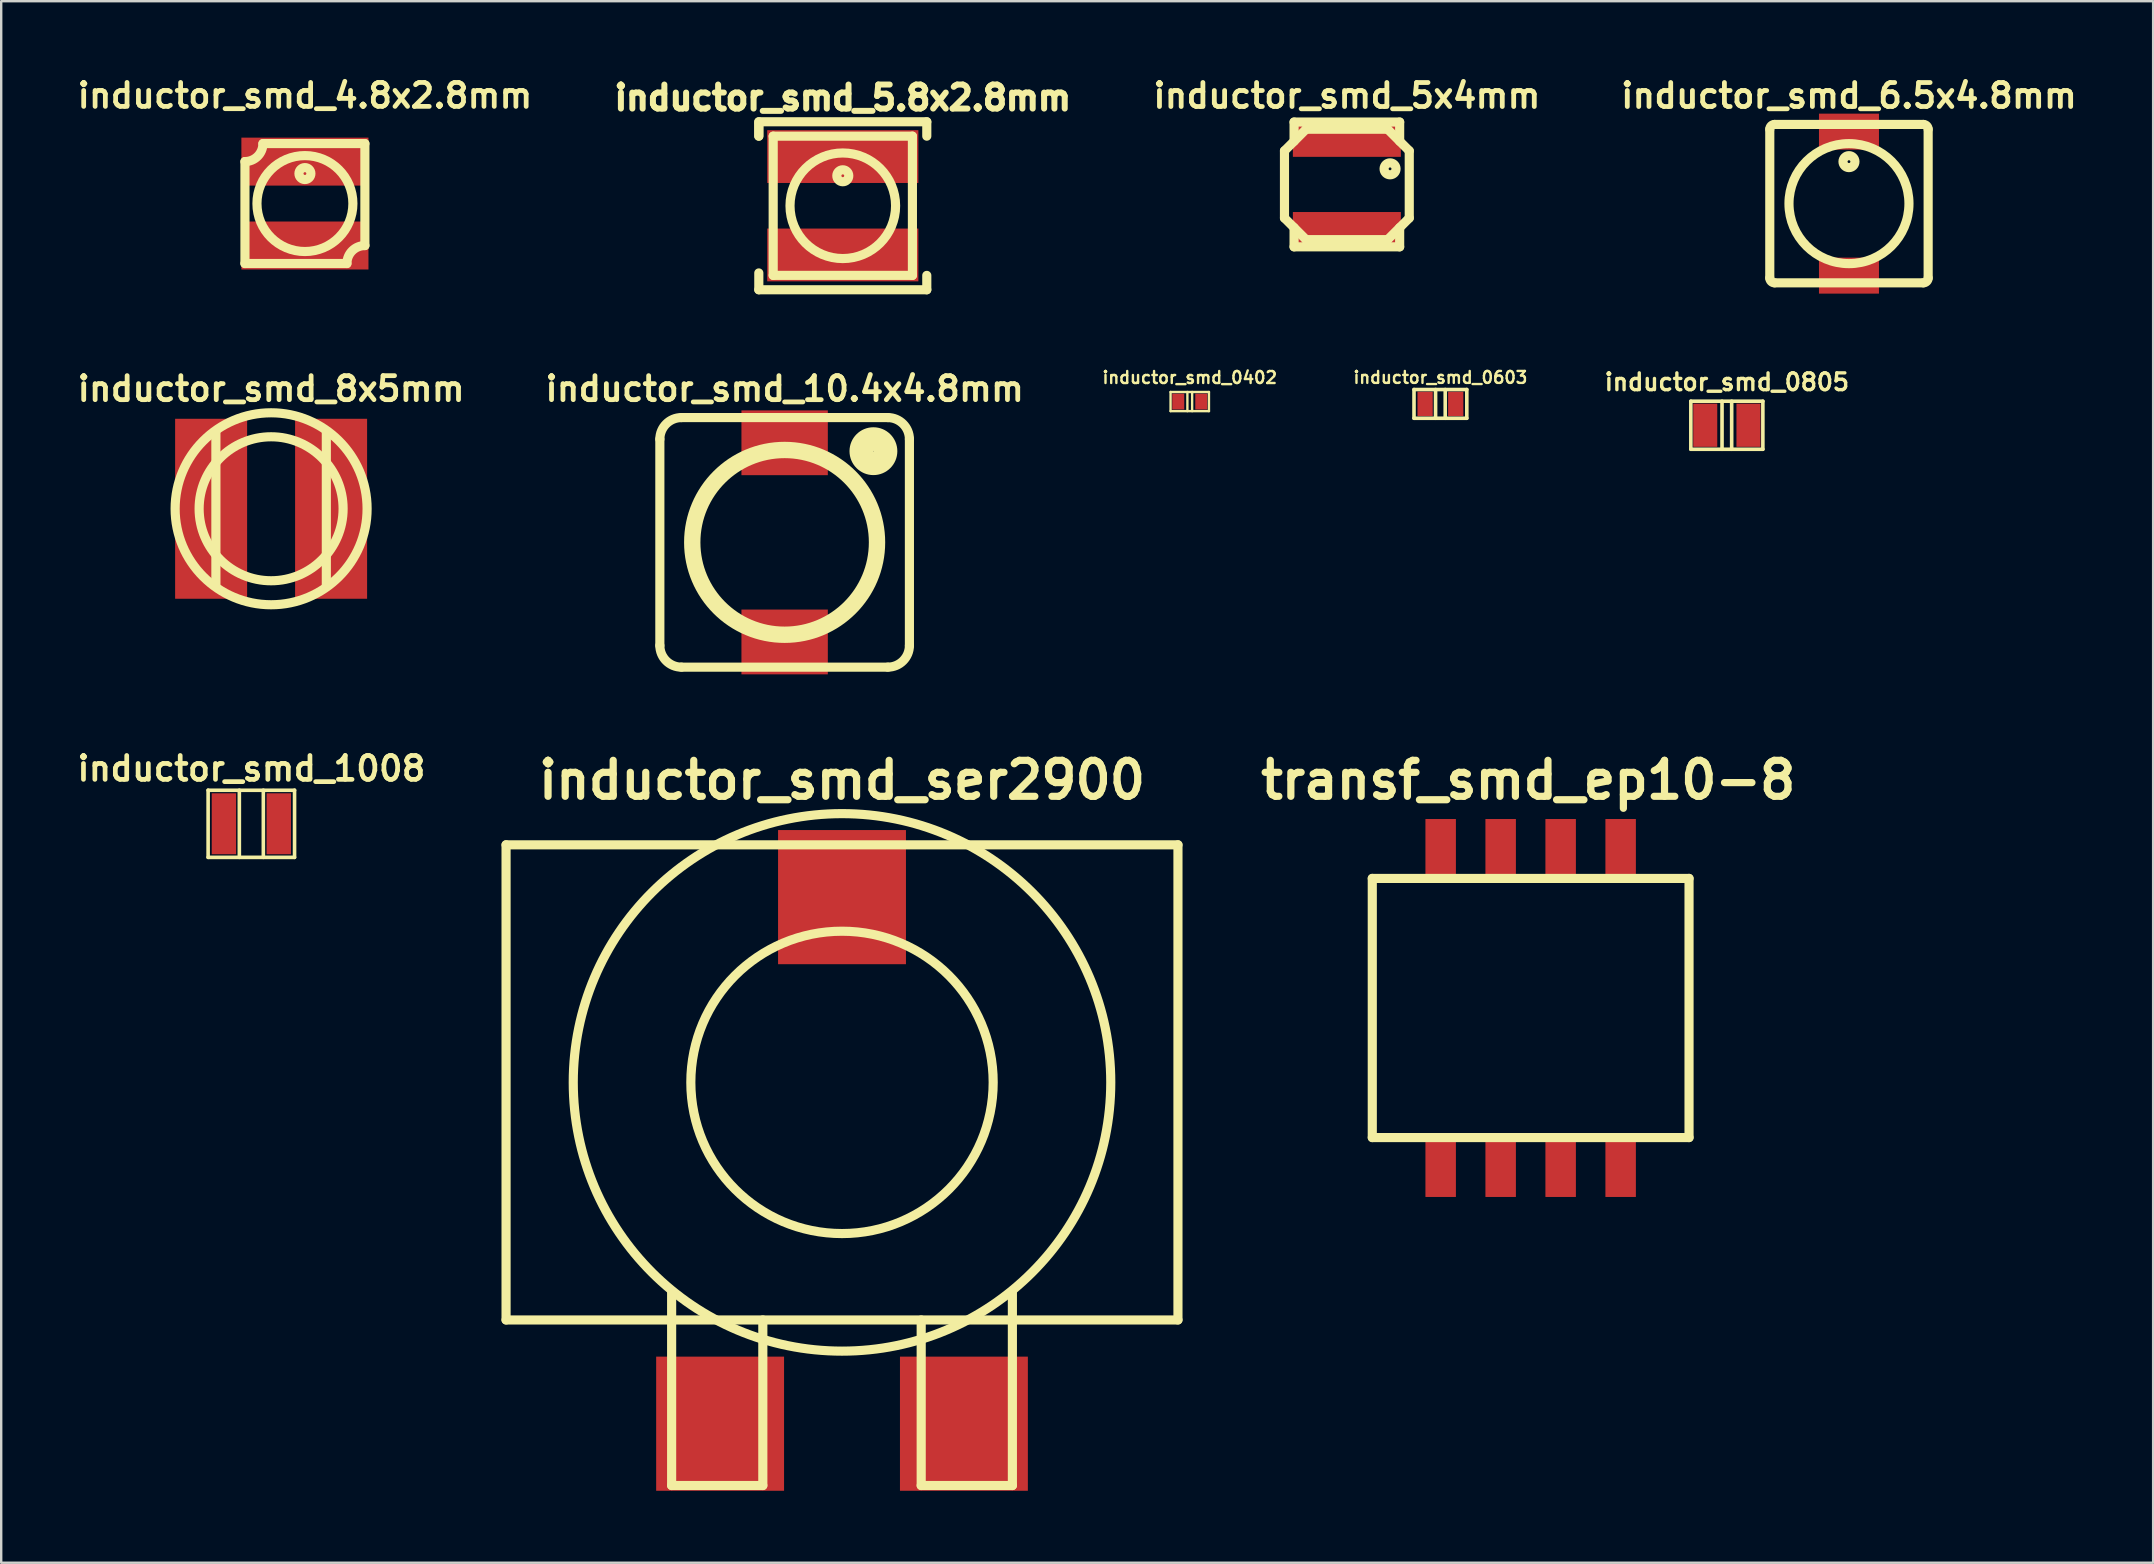
<source format=kicad_pcb>
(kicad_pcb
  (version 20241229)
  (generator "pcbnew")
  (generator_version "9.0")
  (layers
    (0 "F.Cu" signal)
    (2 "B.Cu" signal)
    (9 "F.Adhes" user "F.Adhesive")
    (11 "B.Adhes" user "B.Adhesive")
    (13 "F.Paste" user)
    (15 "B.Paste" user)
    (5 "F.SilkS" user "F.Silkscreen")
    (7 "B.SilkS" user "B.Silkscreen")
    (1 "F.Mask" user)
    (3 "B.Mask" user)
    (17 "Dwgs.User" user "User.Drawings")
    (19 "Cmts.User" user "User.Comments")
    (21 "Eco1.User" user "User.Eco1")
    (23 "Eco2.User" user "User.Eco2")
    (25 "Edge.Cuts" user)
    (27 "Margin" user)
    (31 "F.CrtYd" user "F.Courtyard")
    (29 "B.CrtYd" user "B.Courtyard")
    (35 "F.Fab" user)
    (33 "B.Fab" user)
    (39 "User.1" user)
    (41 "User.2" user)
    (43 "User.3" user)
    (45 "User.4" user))
  (footprint "inductor_smd_0805"
    (layer "F.Cu")
    (at 68.913 14.671)
    (property "Reference" "inductor_smd_0805" (at 0 -1.8 0) (layer "F.SilkS") (effects (font (size 0.7 0.7) (thickness 0.14))))
    (attr smd)
    (fp_line (start -1.501 -1.001) (end 1.501 -1.001) (stroke (width 0.15) (type solid)) (layer "F.SilkS"))
    (fp_line (start -1.501 1.001) (end -1.501 -1.001) (stroke (width 0.15) (type solid)) (layer "F.SilkS"))
    (fp_line (start -0.201 -1.001) (end -0.201 1.001) (stroke (width 0.15) (type solid)) (layer "F.SilkS"))
    (fp_line (start 0.201 1.001) (end 0.201 -1.001) (stroke (width 0.15) (type solid)) (layer "F.SilkS"))
    (fp_line (start 1.501 -1.001) (end 1.501 1.001) (stroke (width 0.15) (type solid)) (layer "F.SilkS"))
    (fp_line (start 1.501 1.001) (end -1.501 1.001) (stroke (width 0.15) (type solid)) (layer "F.SilkS"))
    (pad "1" smd rect (at -0.9 0) (size 1 1.8) (layers "F.Cu" "F.Mask" "F.Paste"))
    (pad "2" smd rect (at 0.9 0) (size 1 1.8) (layers "F.Cu" "F.Mask" "F.Paste")))
  (footprint "inductor_smd_6.5x4.8mm"
    (layer "F.Cu")
    (at 74.002 5.436)
    (property "Reference" "inductor_smd_6.5x4.8mm" (at 0 -4.5 0) (layer "F.SilkS") (effects (font (size 1 1) (thickness 0.2))))
    (attr smd)
    (fp_line (start -3.3 3.1) (end -3.3 -3.1) (stroke (width 0.381) (type solid)) (layer "F.SilkS"))
    (fp_line (start -3.1 -3.3) (end 3.1 -3.3) (stroke (width 0.381) (type solid)) (layer "F.SilkS"))
    (fp_line (start 3.1 3.3) (end -3.1 3.3) (stroke (width 0.381) (type solid)) (layer "F.SilkS"))
    (fp_line (start 3.3 -3.1) (end 3.3 3.1) (stroke (width 0.381) (type solid)) (layer "F.SilkS"))
    (fp_arc (start -3.3 -3.1) (mid -3.241421 -3.241421) (end -3.1 -3.3) (stroke (width 0.381) (type solid)) (layer "F.SilkS"))
    (fp_arc (start -3.1 3.3) (mid -3.241421 3.241421) (end -3.3 3.1) (stroke (width 0.381) (type solid)) (layer "F.SilkS"))
    (fp_arc (start 3.1 -3.3) (mid 3.241421 -3.241421) (end 3.3 -3.1) (stroke (width 0.381) (type solid)) (layer "F.SilkS"))
    (fp_arc (start 3.3 3.1) (mid 3.241421 3.241421) (end 3.1 3.3) (stroke (width 0.381) (type solid)) (layer "F.SilkS"))
    (fp_circle (center 0 -1.75) (end 0 -1.501) (stroke (width 0.381) (type solid)) (fill no) (layer "F.SilkS"))
    (fp_circle (center 0 0) (end 2.5 0) (stroke (width 0.381) (type solid)) (fill no) (layer "F.SilkS"))
    (pad "1" smd rect (at 0 -3) (size 2.5 1.5) (layers "F.Cu" "F.Mask" "F.Paste"))
    (pad "2" smd rect (at 0 3) (size 2.5 1.5) (layers "F.Cu" "F.Mask" "F.Paste")))
  (footprint "inductor_smd_ser2900"
    (layer "F.Cu")
    (at 32.039 42.056)
    (property "Reference" "inductor_smd_ser2900" (at 0 -12.6 0) (layer "F.SilkS") (effects (font (size 1.5 1.5) (thickness 0.3))))
    (attr smd)
    (fp_line (start -14 -9.9) (end -14 9.9) (stroke (width 0.381) (type solid)) (layer "F.SilkS"))
    (fp_line (start -14 -9.9) (end 14 -9.9) (stroke (width 0.381) (type solid)) (layer "F.SilkS"))
    (fp_line (start -14 9.9) (end 14 9.9) (stroke (width 0.381) (type solid)) (layer "F.SilkS"))
    (fp_line (start -7.1 16.8) (end -7.1 8.7) (stroke (width 0.381) (type solid)) (layer "F.SilkS"))
    (fp_line (start -3.3 9.9) (end -3.3 16.8) (stroke (width 0.381) (type solid)) (layer "F.SilkS"))
    (fp_line (start -3.3 16.8) (end -7.1 16.8) (stroke (width 0.381) (type solid)) (layer "F.SilkS"))
    (fp_line (start 3.3 9.9) (end 3.3 16.8) (stroke (width 0.381) (type solid)) (layer "F.SilkS"))
    (fp_line (start 3.3 16.8) (end 7.1 16.8) (stroke (width 0.381) (type solid)) (layer "F.SilkS"))
    (fp_line (start 7.1 16.8) (end 7.1 8.7) (stroke (width 0.381) (type solid)) (layer "F.SilkS"))
    (fp_line (start 14 9.9) (end 14 -9.9) (stroke (width 0.381) (type solid)) (layer "F.SilkS"))
    (fp_circle (center 0 0) (end 6.3 0) (stroke (width 0.381) (type solid)) (fill no) (layer "F.SilkS"))
    (fp_circle (center 0 0) (end 11.2 0) (stroke (width 0.381) (type solid)) (fill no) (layer "F.SilkS"))
    (pad "" smd rect (at 0 -7.72) (size 5.33 5.59) (layers "F.Cu" "F.Mask" "F.Paste"))
    (pad "1" smd rect (at -5.08 14.224) (size 5.33 5.59) (layers "F.Cu" "F.Mask" "F.Paste"))
    (pad "2" smd rect (at 5.08 14.224) (size 5.33 5.59) (layers "F.Cu" "F.Mask" "F.Paste")))
  (footprint "transf_smd_ep10-8"
    (layer "F.Cu")
    (at 60.737 38.956)
    (property "Reference" "transf_smd_ep10-8" (at -0.1 -9.5 0) (layer "F.SilkS") (effects (font (size 1.5 1.5) (thickness 0.3))))
    (attr smd)
    (fp_line (start -6.6 -5.4) (end -6.6 5.4) (stroke (width 0.381) (type solid)) (layer "F.SilkS"))
    (fp_line (start -6.6 5.4) (end 6.6 5.4) (stroke (width 0.381) (type solid)) (layer "F.SilkS"))
    (fp_line (start 6.6 -5.4) (end -6.6 -5.4) (stroke (width 0.381) (type solid)) (layer "F.SilkS"))
    (fp_line (start 6.6 5.4) (end 6.6 -5.4) (stroke (width 0.381) (type solid)) (layer "F.SilkS"))
    (pad "1" smd rect (at 3.75 6.605) (size 1.27 2.54) (layers "F.Cu" "F.Mask" "F.Paste"))
    (pad "2" smd rect (at 1.25 6.605) (size 1.27 2.54) (layers "F.Cu" "F.Mask" "F.Paste"))
    (pad "3" smd rect (at -1.25 6.605) (size 1.27 2.54) (layers "F.Cu" "F.Mask" "F.Paste"))
    (pad "4" smd rect (at -3.75 6.605) (size 1.27 2.54) (layers "F.Cu" "F.Mask" "F.Paste"))
    (pad "5" smd rect (at -3.75 -6.605) (size 1.27 2.54) (layers "F.Cu" "F.Mask" "F.Paste"))
    (pad "6" smd rect (at -1.25 -6.605) (size 1.27 2.54) (layers "F.Cu" "F.Mask" "F.Paste"))
    (pad "7" smd rect (at 1.25 -6.605) (size 1.27 2.54) (layers "F.Cu" "F.Mask" "F.Paste"))
    (pad "8" smd rect (at 3.75 -6.605) (size 1.27 2.54) (layers "F.Cu" "F.Mask" "F.Paste")))
  (footprint "inductor_smd_10.4x4.8mm"
    (layer "F.Cu")
    (at 29.648 19.552)
    (property "Reference" "inductor_smd_10.4x4.8mm" (at 0 -6.4 0) (layer "F.SilkS") (effects (font (size 1 1) (thickness 0.2))))
    (attr smd)
    (fp_line (start -5.2 4.3) (end -5.2 -4.3) (stroke (width 0.381) (type solid)) (layer "F.SilkS"))
    (fp_line (start -4.3 -5.2) (end 4.3 -5.2) (stroke (width 0.381) (type solid)) (layer "F.SilkS"))
    (fp_line (start -4.3 5.2) (end 4.3 5.2) (stroke (width 0.381) (type solid)) (layer "F.SilkS"))
    (fp_line (start 5.2 -4.3) (end 5.2 4.3) (stroke (width 0.381) (type solid)) (layer "F.SilkS"))
    (fp_arc (start -5.2 -4.3) (mid -4.936396 -4.936396) (end -4.3 -5.2) (stroke (width 0.381) (type solid)) (layer "F.SilkS"))
    (fp_arc (start -4.3 5.2) (mid -4.936396 4.936396) (end -5.2 4.3) (stroke (width 0.381) (type solid)) (layer "F.SilkS"))
    (fp_arc (start 4.3 -5.2) (mid 4.936396 -4.936396) (end 5.2 -4.3) (stroke (width 0.381) (type solid)) (layer "F.SilkS"))
    (fp_arc (start 5.2 4.3) (mid 4.936396 4.936396) (end 4.3 5.2) (stroke (width 0.381) (type solid)) (layer "F.SilkS"))
    (fp_circle (center 0 0) (end 3.7 0) (stroke (width 0.381) (type solid)) (fill no) (layer "F.SilkS"))
    (fp_circle (center 0 0) (end 4 0) (stroke (width 0.381) (type solid)) (fill no) (layer "F.SilkS"))
    (fp_circle (center 3.7 -3.8) (end 3.9 -3.8) (stroke (width 0.381) (type solid)) (fill no) (layer "F.SilkS"))
    (fp_circle (center 3.7 -3.8) (end 4.2 -3.8) (stroke (width 0.381) (type solid)) (fill no) (layer "F.SilkS"))
    (fp_circle (center 3.7 -3.8) (end 4.5 -3.7) (stroke (width 0.381) (type solid)) (fill no) (layer "F.SilkS"))
    (pad "1" smd rect (at 0 -4.15) (size 3.6 2.7) (layers "F.Cu" "F.Mask" "F.Paste"))
    (pad "2" smd rect (at 0 4.15) (size 3.6 2.7) (layers "F.Cu" "F.Mask" "F.Paste")))
  (footprint "inductor_smd_8x5mm"
    (layer "F.Cu")
    (at 8.248 18.152)
    (property "Reference" "inductor_smd_8x5mm" (at 0 -5 0) (layer "F.SilkS") (effects (font (size 1 1) (thickness 0.2))))
    (attr smd)
    (fp_line (start -2.301 -3.2) (end -2.301 3.2) (stroke (width 0.381) (type solid)) (layer "F.SilkS"))
    (fp_line (start 2.301 3.2) (end 2.301 -3.2) (stroke (width 0.381) (type solid)) (layer "F.SilkS"))
    (fp_circle (center 0 0) (end -4 0) (stroke (width 0.381) (type solid)) (fill no) (layer "F.SilkS"))
    (fp_circle (center 0 0) (end -3 0) (stroke (width 0.381) (type solid)) (fill no) (layer "F.SilkS"))
    (pad "1" smd rect (at -2.5 0) (size 3 7.5) (layers "F.Cu" "F.Mask" "F.Paste"))
    (pad "2" smd rect (at 2.5 0) (size 3 7.5) (layers "F.Cu" "F.Mask" "F.Paste")))
  (footprint "inductor_smd_0603"
    (layer "F.Cu")
    (at 56.976 13.781)
    (property "Reference" "inductor_smd_0603" (at 0 -1.1 0) (layer "F.SilkS") (effects (font (size 0.498 0.498) (thickness 0.099))))
    (attr smd)
    (fp_line (start -1.1 -0.599) (end 1.1 -0.599) (stroke (width 0.15) (type solid)) (layer "F.SilkS"))
    (fp_line (start -1.1 0.599) (end -1.1 -0.599) (stroke (width 0.15) (type solid)) (layer "F.SilkS"))
    (fp_line (start -0.201 -0.599) (end -0.201 0.599) (stroke (width 0.15) (type solid)) (layer "F.SilkS"))
    (fp_line (start 0.201 0.599) (end 0.201 -0.599) (stroke (width 0.15) (type solid)) (layer "F.SilkS"))
    (fp_line (start 1.1 -0.599) (end 1.1 0.599) (stroke (width 0.15) (type solid)) (layer "F.SilkS"))
    (fp_line (start 1.1 0.599) (end -1.1 0.599) (stroke (width 0.15) (type solid)) (layer "F.SilkS"))
    (pad "1" smd rect (at -0.638 0) (size 0.635 1.016) (layers "F.Cu" "F.Mask" "F.Paste"))
    (pad "2" smd rect (at 0.638 0) (size 0.635 1.016) (layers "F.Cu" "F.Mask" "F.Paste")))
  (footprint "inductor_smd_5x4mm"
    (layer "F.Cu")
    (at 53.078 4.636)
    (property "Reference" "inductor_smd_5x4mm" (at 0 -3.7 0) (layer "F.SilkS") (effects (font (size 1 1) (thickness 0.2))))
    (attr smd)
    (fp_line (start -2.6 1.4) (end -2.6 -1.4) (stroke (width 0.381) (type solid)) (layer "F.SilkS"))
    (fp_line (start -2.2 -2.6) (end 2.2 -2.6) (stroke (width 0.381) (type solid)) (layer "F.SilkS"))
    (fp_line (start -2.2 -1.8) (end -2.2 -2.6) (stroke (width 0.381) (type solid)) (layer "F.SilkS"))
    (fp_line (start -2.2 1.8) (end -2.2 2.6) (stroke (width 0.381) (type solid)) (layer "F.SilkS"))
    (fp_line (start -2.2 2.6) (end 2.2 2.6) (stroke (width 0.381) (type solid)) (layer "F.SilkS"))
    (fp_line (start -1.7 -2.3) (end -2.6 -1.4) (stroke (width 0.381) (type solid)) (layer "F.SilkS"))
    (fp_line (start -1.7 -2.3) (end 1.7 -2.3) (stroke (width 0.381) (type solid)) (layer "F.SilkS"))
    (fp_line (start -1.7 2.3) (end -2.6 1.4) (stroke (width 0.381) (type solid)) (layer "F.SilkS"))
    (fp_line (start 1.7 -2.3) (end 2.6 -1.4) (stroke (width 0.381) (type solid)) (layer "F.SilkS"))
    (fp_line (start 1.7 2.3) (end -1.7 2.3) (stroke (width 0.381) (type solid)) (layer "F.SilkS"))
    (fp_line (start 1.7 2.3) (end 2.6 1.4) (stroke (width 0.381) (type solid)) (layer "F.SilkS"))
    (fp_line (start 2.2 -2.6) (end 2.2 -1.8) (stroke (width 0.381) (type solid)) (layer "F.SilkS"))
    (fp_line (start 2.2 2.6) (end 2.2 1.8) (stroke (width 0.381) (type solid)) (layer "F.SilkS"))
    (fp_line (start 2.6 1.4) (end 2.6 -1.4) (stroke (width 0.381) (type solid)) (layer "F.SilkS"))
    (fp_circle (center 1.8 -0.65) (end 1.8 -0.401) (stroke (width 0.381) (type solid)) (fill no) (layer "F.SilkS"))
    (pad "1" smd rect (at 0 -1.95) (size 4.5 1.6) (layers "F.Cu" "F.Mask" "F.Paste"))
    (pad "2" smd rect (at 0 1.95) (size 4.5 1.6) (layers "F.Cu" "F.Mask" "F.Paste")))
  (footprint "inductor_smd_5.8x2.8mm"
    (layer "F.Cu")
    (at 32.072 5.525)
    (property "Reference" "inductor_smd_5.8x2.8mm" (at 0 -4.501 0) (layer "F.SilkS") (effects (font (size 1.001 1.001) (thickness 0.25))))
    (attr smd)
    (fp_line (start -3.5 -3.5) (end 3.5 -3.5) (stroke (width 0.381) (type solid)) (layer "F.SilkS"))
    (fp_line (start -3.5 -2.901) (end -3.5 -3.5) (stroke (width 0.381) (type solid)) (layer "F.SilkS"))
    (fp_line (start -3.5 -2.901) (end -3.5 -3.401) (stroke (width 0.381) (type solid)) (layer "F.SilkS"))
    (fp_line (start -3.5 2.799) (end -3.5 3.5) (stroke (width 0.381) (type solid)) (layer "F.SilkS"))
    (fp_line (start -3.5 3.5) (end 3.5 3.5) (stroke (width 0.381) (type solid)) (layer "F.SilkS"))
    (fp_line (start -2.901 -2.901) (end 2.901 -2.901) (stroke (width 0.381) (type solid)) (layer "F.SilkS"))
    (fp_line (start -2.901 2.901) (end -2.901 -2.901) (stroke (width 0.381) (type solid)) (layer "F.SilkS"))
    (fp_line (start 2.901 -2.901) (end 2.901 2.901) (stroke (width 0.381) (type solid)) (layer "F.SilkS"))
    (fp_line (start 2.901 2.901) (end -2.901 2.901) (stroke (width 0.381) (type solid)) (layer "F.SilkS"))
    (fp_line (start 3.5 -3.5) (end 3.5 -2.901) (stroke (width 0.381) (type solid)) (layer "F.SilkS"))
    (fp_line (start 3.5 3.5) (end 3.5 2.901) (stroke (width 0.381) (type solid)) (layer "F.SilkS"))
    (fp_circle (center 0 -1.25) (end 0 -1.001) (stroke (width 0.381) (type solid)) (fill no) (layer "F.SilkS"))
    (fp_circle (center 0 0) (end 2.2 0) (stroke (width 0.381) (type solid)) (fill no) (layer "F.SilkS"))
    (pad "1" smd rect (at 0 -2.05) (size 6.299 2.2) (layers "F.Cu" "F.Mask" "F.Paste"))
    (pad "2" smd rect (at 0 2.05) (size 6.299 2.2) (layers "F.Cu" "F.Mask" "F.Paste")))
  (footprint "inductor_smd_4.8x2.8mm"
    (layer "F.Cu")
    (at 9.657 5.433)
    (property "Reference" "inductor_smd_4.8x2.8mm" (at 0 -4.501 0) (layer "F.SilkS") (effects (font (size 0.998 0.998) (thickness 0.198))))
    (attr smd)
    (fp_line (start -2.499 2.499) (end -2.499 -1.75) (stroke (width 0.381) (type solid)) (layer "F.SilkS"))
    (fp_line (start -1.75 -2.499) (end 2.499 -2.499) (stroke (width 0.381) (type solid)) (layer "F.SilkS"))
    (fp_line (start 1.75 2.499) (end -2.499 2.499) (stroke (width 0.381) (type solid)) (layer "F.SilkS"))
    (fp_line (start 2.499 -2.499) (end 2.499 1.75) (stroke (width 0.381) (type solid)) (layer "F.SilkS"))
    (fp_arc (start -1.75006 -2.49936) (mid -1.969525 -1.969525) (end -2.49936 -1.75006) (stroke (width 0.381) (type solid)) (layer "F.SilkS"))
    (fp_arc (start 1.75006 2.49936) (mid 1.969525 1.969525) (end 2.49936 1.75006) (stroke (width 0.381) (type solid)) (layer "F.SilkS"))
    (fp_circle (center 0 -1.25) (end 0 -1.001) (stroke (width 0.381) (type solid)) (fill no) (layer "F.SilkS"))
    (fp_circle (center 0 0) (end -1.999 0) (stroke (width 0.381) (type solid)) (fill no) (layer "F.SilkS"))
    (pad "1" smd rect (at 0 -1.748) (size 5.296 1.999) (layers "F.Cu" "F.Mask" "F.Paste"))
    (pad "2" smd rect (at 0 1.748) (size 5.296 1.999) (layers "F.Cu" "F.Mask" "F.Paste")))
  (footprint "inductor_smd_1008"
    (layer "F.Cu")
    (at 7.424 31.279)
    (property "Reference" "inductor_smd_1008" (at 0 -2.301 0) (layer "F.SilkS") (effects (font (size 0.996 0.996) (thickness 0.196))))
    (attr smd)
    (fp_line (start -1.801 -1.397) (end 1.801 -1.397) (stroke (width 0.15) (type solid)) (layer "F.SilkS"))
    (fp_line (start -1.801 1.4) (end -1.801 -1.4) (stroke (width 0.15) (type solid)) (layer "F.SilkS"))
    (fp_line (start -0.5 -1.4) (end -0.5 1.4) (stroke (width 0.15) (type solid)) (layer "F.SilkS"))
    (fp_line (start 0.5 1.4) (end 0.5 -1.4) (stroke (width 0.15) (type solid)) (layer "F.SilkS"))
    (fp_line (start 1.801 -1.4) (end 1.801 1.4) (stroke (width 0.15) (type solid)) (layer "F.SilkS"))
    (fp_line (start 1.801 1.4) (end -1.801 1.4) (stroke (width 0.15) (type solid)) (layer "F.SilkS"))
    (pad "1" smd rect (at -1.143 0) (size 1.016 2.54) (layers "F.Cu" "F.Mask" "F.Paste"))
    (pad "2" smd rect (at 1.143 0) (size 1.016 2.54) (layers "F.Cu" "F.Mask" "F.Paste")))
  (footprint "inductor_smd_0402"
    (layer "F.Cu")
    (at 46.531 13.684)
    (property "Reference" "inductor_smd_0402" (at 0 -1 0) (layer "F.SilkS") (effects (font (size 0.5 0.5) (thickness 0.1))))
    (attr smd)
    (fp_line (start -0.8 -0.399) (end 0.8 -0.399) (stroke (width 0.099) (type solid)) (layer "F.SilkS"))
    (fp_line (start -0.8 0.399) (end -0.8 -0.399) (stroke (width 0.099) (type solid)) (layer "F.SilkS"))
    (fp_line (start -0.099 -0.399) (end -0.099 0.399) (stroke (width 0.099) (type solid)) (layer "F.SilkS"))
    (fp_line (start 0.099 0.399) (end 0.099 -0.399) (stroke (width 0.099) (type solid)) (layer "F.SilkS"))
    (fp_line (start 0.8 -0.399) (end 0.8 0.399) (stroke (width 0.099) (type solid)) (layer "F.SilkS"))
    (fp_line (start 0.8 0.399) (end -0.8 0.399) (stroke (width 0.099) (type solid)) (layer "F.SilkS"))
    (pad "1" smd rect (at -0.48 0) (size 0.5 0.66) (layers "F.Cu" "F.Mask" "F.Paste"))
    (pad "2" smd rect (at 0.48 0) (size 0.5 0.66) (layers "F.Cu" "F.Mask" "F.Paste")))
  (gr_rect
    (start -3 -3)
    (end 86.678 62.075)
    (stroke (width 0.1) (type default))
    (fill no)
    (layer "Edge.Cuts")))
</source>
